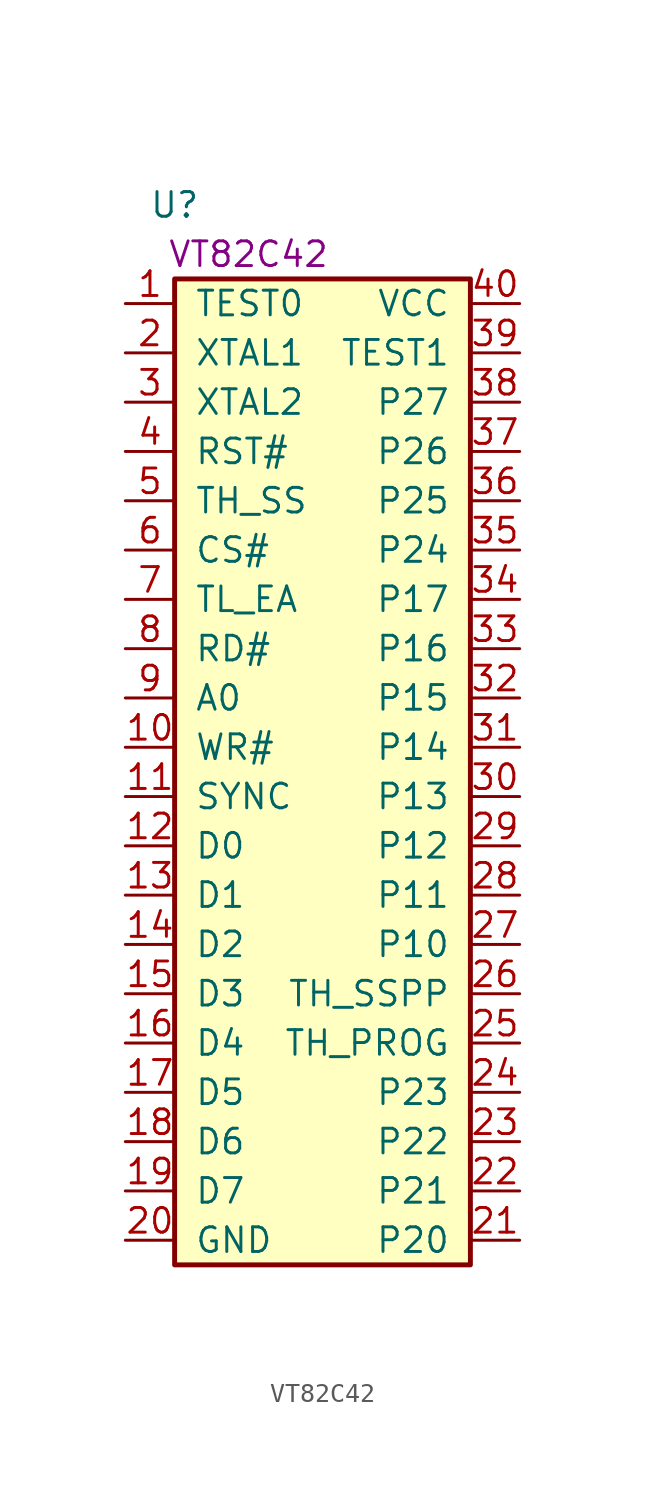
<source format=kicad_sym>
(kicad_symbol_lib
  (version 20211014)
  (generator kicad_symbol_editor)
  (symbol "VT82C42"
    (pin_names
      (offset 1.016))
    (property "Reference" "U"
      (at -7.62 27.94 0)
      (effects (font (size 1.27 1.27))))
    (property "Comment" "VT82C42"
      (at -3.81 25.4 0)
      (effects (font (size 1.27 1.27))))
    (symbol "VT82C42_0_1"
      (rectangle (start -7.62 24.13) (end 7.62 -26.67) (stroke (width 0.254) (type default) (color 0 0 0 0)) (fill (type background))))
    (symbol "VT82C42_1_1"
      (pin input line (at -10.16 22.86 0) (length 2.54) (name "TEST0" (effects (font (size 1.27 1.27)))) (number "1" (effects (font (size 1.27 1.27)))))
      (pin input line (at -10.16 0 0) (length 2.54) (name "WR#" (effects (font (size 1.27 1.27)))) (number "10" (effects (font (size 1.27 1.27)))))
      (pin output line (at -10.16 -2.54 0) (length 2.54) (name "SYNC" (effects (font (size 1.27 1.27)))) (number "11" (effects (font (size 1.27 1.27)))))
      (pin bidirectional line (at -10.16 -5.08 0) (length 2.54) (name "D0" (effects (font (size 1.27 1.27)))) (number "12" (effects (font (size 1.27 1.27)))))
      (pin bidirectional line (at -10.16 -7.62 0) (length 2.54) (name "D1" (effects (font (size 1.27 1.27)))) (number "13" (effects (font (size 1.27 1.27)))))
      (pin bidirectional line (at -10.16 -10.16 0) (length 2.54) (name "D2" (effects (font (size 1.27 1.27)))) (number "14" (effects (font (size 1.27 1.27)))))
      (pin bidirectional line (at -10.16 -12.7 0) (length 2.54) (name "D3" (effects (font (size 1.27 1.27)))) (number "15" (effects (font (size 1.27 1.27)))))
      (pin bidirectional line (at -10.16 -15.24 0) (length 2.54) (name "D4" (effects (font (size 1.27 1.27)))) (number "16" (effects (font (size 1.27 1.27)))))
      (pin bidirectional line (at -10.16 -17.78 0) (length 2.54) (name "D5" (effects (font (size 1.27 1.27)))) (number "17" (effects (font (size 1.27 1.27)))))
      (pin bidirectional line (at -10.16 -20.32 0) (length 2.54) (name "D6" (effects (font (size 1.27 1.27)))) (number "18" (effects (font (size 1.27 1.27)))))
      (pin bidirectional line (at -10.16 -22.86 0) (length 2.54) (name "D7" (effects (font (size 1.27 1.27)))) (number "19" (effects (font (size 1.27 1.27)))))
      (pin input line (at -10.16 20.32 0) (length 2.54) (name "XTAL1" (effects (font (size 1.27 1.27)))) (number "2" (effects (font (size 1.27 1.27)))))
      (pin bidirectional line (at -10.16 -25.4 0) (length 2.54) (name "GND" (effects (font (size 1.27 1.27)))) (number "20" (effects (font (size 1.27 1.27)))))
      (pin output line (at 10.16 -25.4 180) (length 2.54) (name "P20" (effects (font (size 1.27 1.27)))) (number "21" (effects (font (size 1.27 1.27)))))
      (pin output line (at 10.16 -22.86 180) (length 2.54) (name "P21" (effects (font (size 1.27 1.27)))) (number "22" (effects (font (size 1.27 1.27)))))
      (pin output line (at 10.16 -20.32 180) (length 2.54) (name "P22" (effects (font (size 1.27 1.27)))) (number "23" (effects (font (size 1.27 1.27)))))
      (pin output line (at 10.16 -17.78 180) (length 2.54) (name "P23" (effects (font (size 1.27 1.27)))) (number "24" (effects (font (size 1.27 1.27)))))
      (pin input line (at 10.16 -15.24 180) (length 2.54) (name "TH_PROG" (effects (font (size 1.27 1.27)))) (number "25" (effects (font (size 1.27 1.27)))))
      (pin input line (at 10.16 -12.7 180) (length 2.54) (name "TH_SSPP" (effects (font (size 1.27 1.27)))) (number "26" (effects (font (size 1.27 1.27)))))
      (pin bidirectional line (at 10.16 -10.16 180) (length 2.54) (name "P10" (effects (font (size 1.27 1.27)))) (number "27" (effects (font (size 1.27 1.27)))))
      (pin bidirectional line (at 10.16 -7.62 180) (length 2.54) (name "P11" (effects (font (size 1.27 1.27)))) (number "28" (effects (font (size 1.27 1.27)))))
      (pin bidirectional line (at 10.16 -5.08 180) (length 2.54) (name "P12" (effects (font (size 1.27 1.27)))) (number "29" (effects (font (size 1.27 1.27)))))
      (pin input line (at -10.16 17.78 0) (length 2.54) (name "XTAL2" (effects (font (size 1.27 1.27)))) (number "3" (effects (font (size 1.27 1.27)))))
      (pin bidirectional line (at 10.16 -2.54 180) (length 2.54) (name "P13" (effects (font (size 1.27 1.27)))) (number "30" (effects (font (size 1.27 1.27)))))
      (pin bidirectional line (at 10.16 0 180) (length 2.54) (name "P14" (effects (font (size 1.27 1.27)))) (number "31" (effects (font (size 1.27 1.27)))))
      (pin bidirectional line (at 10.16 2.54 180) (length 2.54) (name "P15" (effects (font (size 1.27 1.27)))) (number "32" (effects (font (size 1.27 1.27)))))
      (pin bidirectional line (at 10.16 5.08 180) (length 2.54) (name "P16" (effects (font (size 1.27 1.27)))) (number "33" (effects (font (size 1.27 1.27)))))
      (pin bidirectional line (at 10.16 7.62 180) (length 2.54) (name "P17" (effects (font (size 1.27 1.27)))) (number "34" (effects (font (size 1.27 1.27)))))
      (pin output line (at 10.16 10.16 180) (length 2.54) (name "P24" (effects (font (size 1.27 1.27)))) (number "35" (effects (font (size 1.27 1.27)))))
      (pin output line (at 10.16 12.7 180) (length 2.54) (name "P25" (effects (font (size 1.27 1.27)))) (number "36" (effects (font (size 1.27 1.27)))))
      (pin output line (at 10.16 15.24 180) (length 2.54) (name "P26" (effects (font (size 1.27 1.27)))) (number "37" (effects (font (size 1.27 1.27)))))
      (pin output line (at 10.16 17.78 180) (length 2.54) (name "P27" (effects (font (size 1.27 1.27)))) (number "38" (effects (font (size 1.27 1.27)))))
      (pin output line (at 10.16 20.32 180) (length 2.54) (name "TEST1" (effects (font (size 1.27 1.27)))) (number "39" (effects (font (size 1.27 1.27)))))
      (pin input line (at -10.16 15.24 0) (length 2.54) (name "RST#" (effects (font (size 1.27 1.27)))) (number "4" (effects (font (size 1.27 1.27)))))
      (pin output line (at 10.16 22.86 180) (length 2.54) (name "VCC" (effects (font (size 1.27 1.27)))) (number "40" (effects (font (size 1.27 1.27)))))
      (pin input line (at -10.16 12.7 0) (length 2.54) (name "TH_SS" (effects (font (size 1.27 1.27)))) (number "5" (effects (font (size 1.27 1.27)))))
      (pin input line (at -10.16 10.16 0) (length 2.54) (name "CS#" (effects (font (size 1.27 1.27)))) (number "6" (effects (font (size 1.27 1.27)))))
      (pin input line (at -10.16 7.62 0) (length 2.54) (name "TL_EA" (effects (font (size 1.27 1.27)))) (number "7" (effects (font (size 1.27 1.27)))))
      (pin input line (at -10.16 5.08 0) (length 2.54) (name "RD#" (effects (font (size 1.27 1.27)))) (number "8" (effects (font (size 1.27 1.27)))))
      (pin input line (at -10.16 2.54 0) (length 2.54) (name "A0" (effects (font (size 1.27 1.27)))) (number "9" (effects (font (size 1.27 1.27))))))))
</source>
